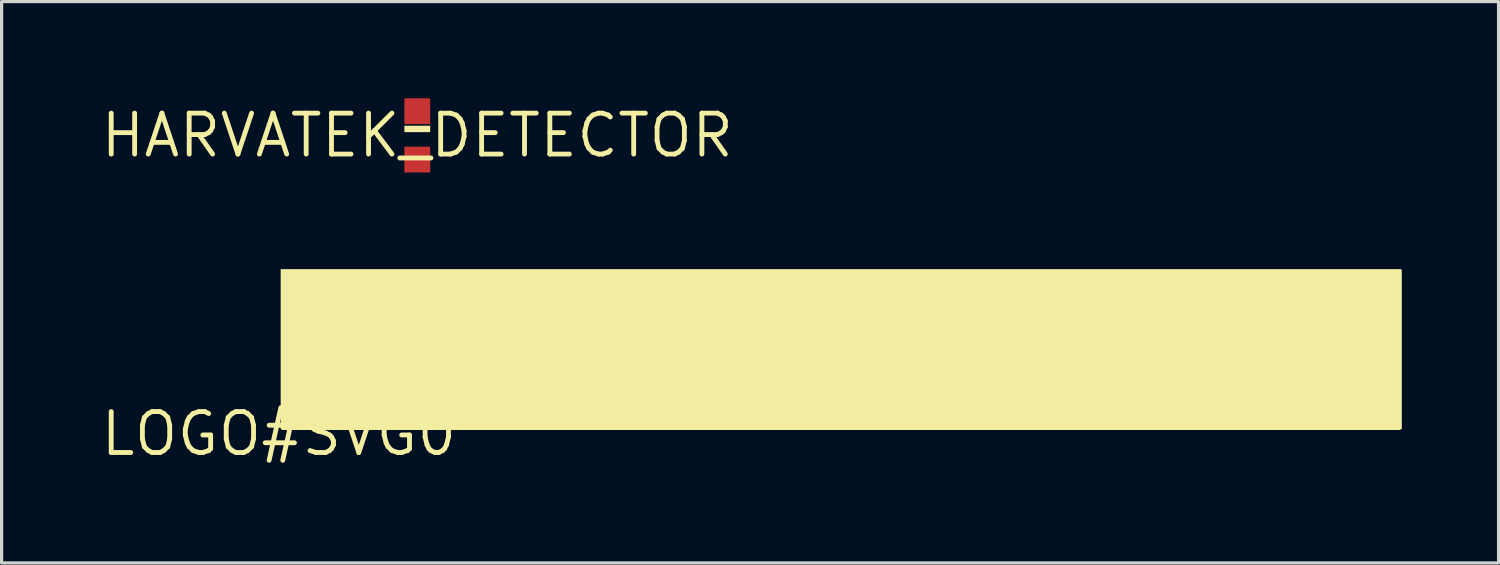
<source format=kicad_pcb>
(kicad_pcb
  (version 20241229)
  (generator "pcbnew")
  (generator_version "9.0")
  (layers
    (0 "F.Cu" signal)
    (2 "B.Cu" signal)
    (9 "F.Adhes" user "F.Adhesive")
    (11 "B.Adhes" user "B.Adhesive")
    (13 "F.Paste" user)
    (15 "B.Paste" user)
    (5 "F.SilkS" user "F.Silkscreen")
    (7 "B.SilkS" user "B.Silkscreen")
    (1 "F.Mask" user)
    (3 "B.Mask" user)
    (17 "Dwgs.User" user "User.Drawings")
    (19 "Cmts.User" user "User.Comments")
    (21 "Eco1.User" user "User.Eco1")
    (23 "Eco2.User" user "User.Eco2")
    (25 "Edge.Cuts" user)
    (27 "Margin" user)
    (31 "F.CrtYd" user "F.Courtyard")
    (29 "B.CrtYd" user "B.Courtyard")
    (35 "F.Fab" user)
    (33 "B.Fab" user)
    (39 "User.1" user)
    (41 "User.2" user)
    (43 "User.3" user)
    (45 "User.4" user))
  (footprint "HARVATEK_DETECTOR"
    (layer "F.Cu")
    (at 9.895 1.15)
    (property "Reference" "HARVATEK_DETECTOR" (at 0 0 0) (layer "F.SilkS") (effects (font (size 1.27 1.27) (thickness 0.15))))
    (fp_poly (pts (xy -0.4 -0.1) (xy 0.4 -0.1) (xy 0.4 -0.3) (xy -0.4 -0.3)) (stroke (width 0) (type solid)) (fill yes) (layer "F.SilkS"))
    (pad "P$1" smd rect (at 0 -0.75) (size 0.8 0.8) (layers "F.Cu" "F.Mask" "F.Paste"))
    (pad "P$2" smd rect (at 0 0.75) (size 0.8 0.8) (layers "F.Cu" "F.Mask" "F.Paste")))
  (footprint "LOGO#SVG0"
    (layer "F.Cu")
    (at 5.601 10.408)
    (property "Reference" "LOGO#SVG0" (at 0 0 0) (layer "F.SilkS") (effects (font (size 1.27 1.27) (thickness 0.15))))
    (fp_poly (pts (xy 27.876 -3.845) (xy 27.876 -3.389) (xy 27.801 -3.378) (xy 27.262 -3.378) (xy 27.196 -3.359) (xy 27.196 -1.379) (xy 27.122 -1.358) (xy 26.576 -1.358) (xy 26.576 -3.341) (xy 26.529 -3.378) (xy 25.896 -3.378) (xy 25.896 -3.824) (xy 25.928 -3.888) (xy 27.823 -3.888)) (stroke (width 0) (type solid)) (fill yes) (layer "F.SilkS"))
    (fp_poly (pts (xy 8.425 -3.836) (xy 9.176 -1.444) (xy 9.197 -1.358) (xy 8.557 -1.358) (xy 8.546 -1.402) (xy 8.407 -1.928) (xy 8.331 -1.938) (xy 7.703 -1.938) (xy 7.656 -1.89) (xy 7.525 -1.368) (xy 7.441 -1.358) (xy 6.894 -1.358) (xy 7.667 -3.857) (xy 7.74 -3.888) (xy 8.373 -3.888)) (stroke (width 0) (type solid)) (fill yes) (layer "F.SilkS"))
    (fp_poly (pts (xy 33.312 -4.548) (xy 33.393 -4.528) (xy 33.464 -4.497) (xy 33.525 -4.446) (xy 33.566 -4.375) (xy 33.586 -4.284) (xy 33.586 -4.182) (xy 33.566 -4.091) (xy 33.525 -4.02) (xy 33.474 -3.959) (xy 33.413 -3.918) (xy 33.322 -3.888) (xy 33.221 -3.868) (xy 32.846 -3.868) (xy 32.846 -4.505) (xy 32.919 -4.568) (xy 33.211 -4.568)) (stroke (width 0) (type solid)) (fill yes) (layer "F.SilkS"))
    (fp_poly (pts (xy 34.835 -5.03) (xy 34.836 -5.031) (xy 34.836 -5.023) (xy 34.836 -5.02) (xy 34.836 -5.02) (xy 34.836 -0.16) (xy 34.781 -0.124) (xy 34.793 -0.118) (xy 34.773 -0.118) (xy 34.771 -0.117) (xy 34.77 -0.118) (xy 0.123 -0.118) (xy 0.122 -0.117) (xy 0.12 -0.118) (xy 0.11 -0.118) (xy 0.113 -0.121) (xy 0.056 -0.15) (xy 0.056 -5.108) (xy 34.825 -5.108)) (stroke (width 0) (type solid)) (fill yes) (layer "F.SilkS"))
    (fp_poly (pts (xy 5.696 -3.856) (xy 5.696 -3.399) (xy 5.622 -3.378) (xy 4.724 -3.378) (xy 4.696 -3.312) (xy 4.696 -2.955) (xy 4.743 -2.918) (xy 5.472 -2.918) (xy 5.546 -2.897) (xy 5.546 -2.441) (xy 5.493 -2.398) (xy 4.772 -2.398) (xy 4.696 -2.379) (xy 4.696 -1.934) (xy 4.724 -1.878) (xy 5.715 -1.878) (xy 5.736 -1.794) (xy 5.736 -1.432) (xy 5.715 -1.358) (xy 4.086 -1.358) (xy 4.086 -3.888) (xy 5.632 -3.888)) (stroke (width 0) (type solid)) (fill yes) (layer "F.SilkS"))
    (fp_poly (pts (xy 30.816 -3.856) (xy 30.816 -3.399) (xy 30.742 -3.378) (xy 29.844 -3.378) (xy 29.816 -3.312) (xy 29.816 -2.955) (xy 29.863 -2.918) (xy 30.582 -2.918) (xy 30.666 -2.897) (xy 30.666 -2.441) (xy 30.613 -2.398) (xy 29.892 -2.398) (xy 29.816 -2.379) (xy 29.816 -1.934) (xy 29.844 -1.878) (xy 30.835 -1.878) (xy 30.856 -1.794) (xy 30.856 -1.432) (xy 30.835 -1.358) (xy 29.206 -1.358) (xy 29.206 -3.888) (xy 30.742 -3.888)) (stroke (width 0) (type solid)) (fill yes) (layer "F.SilkS"))
    (fp_poly (pts (xy 10.814 -3.878) (xy 11.436 -2.675) (xy 11.655 -2.176) (xy 11.685 -2.139) (xy 11.666 -2.362) (xy 11.636 -2.573) (xy 11.626 -2.763) (xy 11.616 -2.913) (xy 11.606 -3.033) (xy 11.606 -3.835) (xy 11.649 -3.888) (xy 12.196 -3.888) (xy 12.196 -1.358) (xy 11.651 -1.358) (xy 11.568 -1.368) (xy 10.946 -2.571) (xy 10.727 -3.071) (xy 10.698 -3.113) (xy 10.746 -2.663) (xy 10.766 -2.403) (xy 10.766 -1.412) (xy 10.734 -1.358) (xy 10.186 -1.358) (xy 10.186 -3.888) (xy 10.731 -3.888)) (stroke (width 0) (type solid)) (fill yes) (layer "F.SilkS"))
    (fp_poly (pts (xy 23.374 -3.878) (xy 23.996 -2.675) (xy 24.215 -2.176) (xy 24.245 -2.139) (xy 24.226 -2.362) (xy 24.196 -2.573) (xy 24.186 -2.763) (xy 24.176 -2.913) (xy 24.166 -3.033) (xy 24.166 -3.835) (xy 24.209 -3.888) (xy 24.756 -3.888) (xy 24.756 -1.358) (xy 24.211 -1.358) (xy 24.128 -1.368) (xy 23.506 -2.571) (xy 23.287 -3.071) (xy 23.258 -3.114) (xy 23.296 -2.663) (xy 23.316 -2.403) (xy 23.326 -2.313) (xy 23.326 -1.412) (xy 23.294 -1.358) (xy 22.746 -1.358) (xy 22.746 -3.888) (xy 23.291 -3.888)) (stroke (width 0) (type solid)) (fill yes) (layer "F.SilkS"))
    (fp_poly (pts (xy 1.952 -3.868) (xy 2.062 -3.858) (xy 2.162 -3.828) (xy 2.243 -3.808) (xy 2.323 -3.767) (xy 2.394 -3.727) (xy 2.454 -3.677) (xy 2.505 -3.626) (xy 2.555 -3.566) (xy 2.586 -3.495) (xy 2.606 -3.424) (xy 2.626 -3.344) (xy 2.626 -3.253) (xy 2.616 -3.162) (xy 2.596 -3.082) (xy 2.566 -2.991) (xy 2.525 -2.911) (xy 2.475 -2.83) (xy 2.404 -2.769) (xy 2.336 -2.73) (xy 2.336 -2.691) (xy 2.333 -2.688) (xy 2.413 -2.658) (xy 2.494 -2.617) (xy 2.564 -2.557) (xy 2.625 -2.496) (xy 2.675 -2.425) (xy 2.706 -2.344) (xy 2.746 -2.164) (xy 2.746 -2.063) (xy 2.736 -1.962) (xy 2.716 -1.872) (xy 2.685 -1.791) (xy 2.585 -1.65) (xy 2.524 -1.589) (xy 2.454 -1.529) (xy 2.383 -1.488) (xy 2.303 -1.458) (xy 2.233 -1.428) (xy 2.142 -1.398) (xy 2.052 -1.378) (xy 1.962 -1.368) (xy 1.861 -1.358) (xy 0.796 -1.358) (xy 0.796 -3.888) (xy 1.841 -3.888)) (stroke (width 0) (type solid)) (fill yes) (layer "F.SilkS"))
    (fp_poly (pts (xy 20.196 -3.917) (xy 20.196 -2.453) (xy 20.206 -2.344) (xy 20.226 -2.254) (xy 20.236 -2.164) (xy 20.266 -2.095) (xy 20.295 -2.036) (xy 20.354 -1.977) (xy 20.423 -1.927) (xy 20.502 -1.898) (xy 20.601 -1.888) (xy 20.7 -1.888) (xy 20.789 -1.918) (xy 20.858 -1.957) (xy 20.917 -2.016) (xy 20.957 -2.075) (xy 20.986 -2.145) (xy 21.006 -2.224) (xy 21.026 -2.314) (xy 21.036 -2.413) (xy 21.036 -3.885) (xy 21.089 -3.938) (xy 21.541 -3.938) (xy 21.626 -3.927) (xy 21.626 -2.453) (xy 21.616 -2.343) (xy 21.606 -2.242) (xy 21.596 -2.152) (xy 21.576 -2.062) (xy 21.546 -1.971) (xy 21.516 -1.901) (xy 21.485 -1.821) (xy 21.445 -1.76) (xy 21.405 -1.69) (xy 21.355 -1.64) (xy 21.304 -1.579) (xy 21.164 -1.479) (xy 21.093 -1.438) (xy 21.002 -1.408) (xy 20.822 -1.368) (xy 20.721 -1.358) (xy 20.511 -1.358) (xy 20.41 -1.368) (xy 20.31 -1.388) (xy 20.23 -1.408) (xy 20.139 -1.438) (xy 20.069 -1.479) (xy 19.988 -1.519) (xy 19.928 -1.569) (xy 19.867 -1.63) (xy 19.817 -1.69) (xy 19.777 -1.75) (xy 19.737 -1.821) (xy 19.706 -1.891) (xy 19.646 -2.052) (xy 19.626 -2.142) (xy 19.616 -2.232) (xy 19.596 -2.332) (xy 19.586 -2.443) (xy 19.586 -3.917) (xy 19.67 -3.938) (xy 20.122 -3.938)) (stroke (width 0) (type solid)) (fill yes) (layer "F.SilkS"))
    (fp_poly (pts (xy 17.682 -3.968) (xy 17.862 -3.928) (xy 17.943 -3.898) (xy 18.104 -3.817) (xy 18.174 -3.767) (xy 18.234 -3.707) (xy 18.305 -3.647) (xy 18.355 -3.586) (xy 18.455 -3.445) (xy 18.486 -3.375) (xy 18.526 -3.295) (xy 18.556 -3.214) (xy 18.616 -2.944) (xy 18.626 -2.843) (xy 18.626 -2.533) (xy 18.616 -2.432) (xy 18.606 -2.342) (xy 18.586 -2.242) (xy 18.556 -2.162) (xy 18.536 -2.071) (xy 18.495 -2.001) (xy 18.455 -1.921) (xy 18.415 -1.85) (xy 18.365 -1.78) (xy 18.315 -1.72) (xy 18.255 -1.649) (xy 18.184 -1.589) (xy 18.114 -1.539) (xy 18.043 -1.499) (xy 17.883 -1.418) (xy 17.802 -1.398) (xy 17.712 -1.378) (xy 17.622 -1.368) (xy 17.521 -1.358) (xy 17.32 -1.358) (xy 17.14 -1.398) (xy 17.06 -1.418) (xy 16.979 -1.448) (xy 16.899 -1.489) (xy 16.818 -1.539) (xy 16.748 -1.589) (xy 16.688 -1.649) (xy 16.617 -1.71) (xy 16.567 -1.78) (xy 16.517 -1.84) (xy 16.477 -1.911) (xy 16.436 -1.991) (xy 16.376 -2.152) (xy 16.336 -2.332) (xy 16.326 -2.422) (xy 16.306 -2.623) (xy 16.306 -2.783) (xy 16.326 -2.984) (xy 16.366 -3.164) (xy 16.396 -3.255) (xy 16.426 -3.335) (xy 16.467 -3.405) (xy 16.507 -3.486) (xy 16.547 -3.546) (xy 16.597 -3.616) (xy 16.658 -3.677) (xy 16.728 -3.737) (xy 16.868 -3.837) (xy 16.949 -3.878) (xy 17.11 -3.938) (xy 17.2 -3.958) (xy 17.29 -3.968) (xy 17.391 -3.978) (xy 17.591 -3.978)) (stroke (width 0) (type solid)) (fill yes) (layer "F.SilkS"))
    (fp_poly (pts (xy 14.702 -3.968) (xy 14.792 -3.948) (xy 14.872 -3.928) (xy 14.953 -3.898) (xy 15.033 -3.857) (xy 15.114 -3.807) (xy 15.184 -3.757) (xy 15.255 -3.696) (xy 15.277 -3.622) (xy 14.992 -3.267) (xy 14.908 -3.309) (xy 14.828 -3.369) (xy 14.749 -3.408) (xy 14.67 -3.438) (xy 14.59 -3.448) (xy 14.501 -3.458) (xy 14.422 -3.438) (xy 14.333 -3.418) (xy 14.194 -3.319) (xy 14.125 -3.25) (xy 14.075 -3.18) (xy 14.036 -3.111) (xy 14.006 -3.032) (xy 13.966 -2.852) (xy 13.956 -2.753) (xy 13.956 -2.543) (xy 13.966 -2.454) (xy 13.986 -2.354) (xy 14.046 -2.195) (xy 14.085 -2.126) (xy 14.135 -2.066) (xy 14.194 -1.997) (xy 14.263 -1.947) (xy 14.342 -1.918) (xy 14.432 -1.898) (xy 14.521 -1.888) (xy 14.61 -1.888) (xy 14.69 -1.908) (xy 14.769 -1.938) (xy 14.848 -1.977) (xy 14.928 -2.037) (xy 15.001 -2.099) (xy 15.064 -2.057) (xy 15.296 -1.785) (xy 15.317 -1.712) (xy 15.255 -1.639) (xy 15.184 -1.579) (xy 15.114 -1.529) (xy 15.033 -1.478) (xy 14.953 -1.448) (xy 14.873 -1.408) (xy 14.792 -1.388) (xy 14.702 -1.368) (xy 14.611 -1.358) (xy 14.411 -1.358) (xy 14.32 -1.368) (xy 14.14 -1.408) (xy 13.979 -1.468) (xy 13.898 -1.509) (xy 13.758 -1.609) (xy 13.688 -1.669) (xy 13.627 -1.73) (xy 13.567 -1.8) (xy 13.527 -1.86) (xy 13.477 -1.941) (xy 13.446 -2.011) (xy 13.406 -2.091) (xy 13.386 -2.182) (xy 13.356 -2.272) (xy 13.346 -2.362) (xy 13.326 -2.452) (xy 13.326 -2.563) (xy 13.316 -2.663) (xy 13.336 -2.864) (xy 13.346 -2.954) (xy 13.366 -3.054) (xy 13.386 -3.134) (xy 13.416 -3.225) (xy 13.446 -3.305) (xy 13.487 -3.376) (xy 13.537 -3.456) (xy 13.587 -3.516) (xy 13.637 -3.586) (xy 13.768 -3.717) (xy 13.838 -3.767) (xy 13.919 -3.817) (xy 14.079 -3.898) (xy 14.16 -3.928) (xy 14.24 -3.948) (xy 14.33 -3.968) (xy 14.421 -3.978) (xy 14.611 -3.978)) (stroke (width 0) (type solid)) (fill yes) (layer "F.SilkS")))
  (gr_rect
    (start -3 -3)
    (end 43.438 14.414)
    (stroke (width 0.1) (type default))
    (fill no)
    (layer "Edge.Cuts")))
</source>
